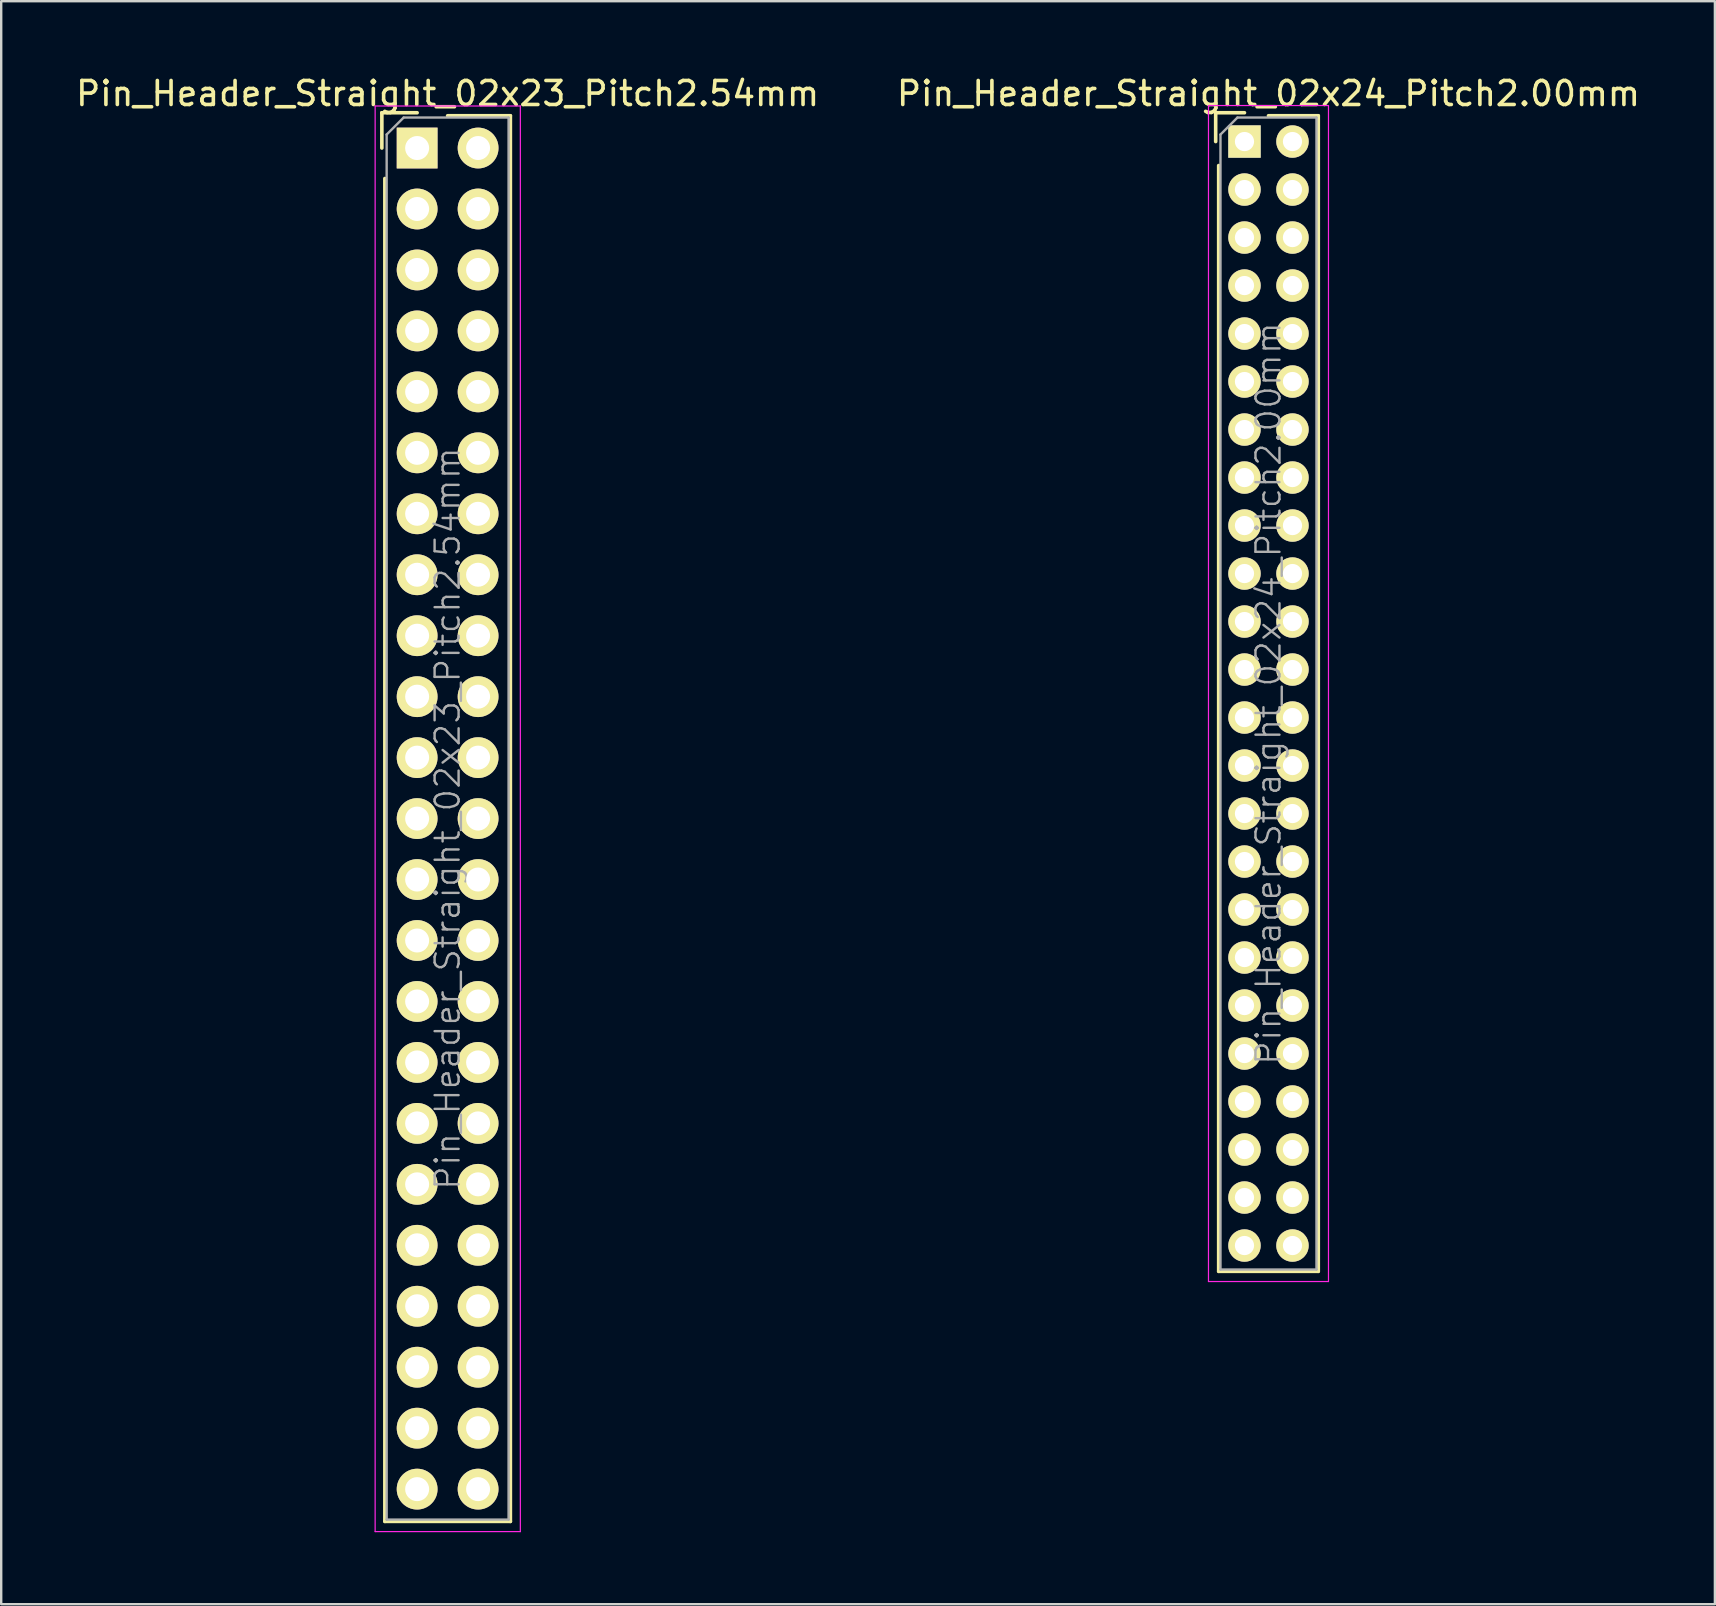
<source format=kicad_pcb>
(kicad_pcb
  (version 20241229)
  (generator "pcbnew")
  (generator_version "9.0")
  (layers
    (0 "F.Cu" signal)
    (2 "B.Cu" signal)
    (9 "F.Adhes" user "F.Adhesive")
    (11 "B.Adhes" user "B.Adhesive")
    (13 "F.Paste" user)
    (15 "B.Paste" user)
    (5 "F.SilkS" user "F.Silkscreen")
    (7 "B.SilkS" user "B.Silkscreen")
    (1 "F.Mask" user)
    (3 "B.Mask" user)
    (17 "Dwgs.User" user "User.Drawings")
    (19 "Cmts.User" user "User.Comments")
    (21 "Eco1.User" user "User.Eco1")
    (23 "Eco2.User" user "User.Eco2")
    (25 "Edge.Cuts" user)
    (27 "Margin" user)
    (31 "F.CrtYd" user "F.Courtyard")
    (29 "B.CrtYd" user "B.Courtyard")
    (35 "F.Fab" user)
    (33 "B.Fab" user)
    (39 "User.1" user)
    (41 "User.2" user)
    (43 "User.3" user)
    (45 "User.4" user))
  (footprint "Pin_Header_Straight_02x24_Pitch2.00mm"
    (layer "F.Cu")
    (at 48.804 2.848)
    (property "Reference" "Pin_Header_Straight_02x24_Pitch2.00mm" (at 1 -2 0) (layer "F.SilkS") (effects (font (size 1 1) (thickness 0.15))))
    (attr smd)
    (fp_line (start -1.2 -1.2) (end -1.2 0) (stroke (width 0.15) (type solid)) (layer "F.SilkS"))
    (fp_line (start -1.2 -1.2) (end 0 -1.2) (stroke (width 0.15) (type solid)) (layer "F.SilkS"))
    (fp_line (start -1.075 1) (end -1.075 47.075) (stroke (width 0.15) (type solid)) (layer "F.SilkS"))
    (fp_line (start -1.075 47.075) (end 3.075 47.075) (stroke (width 0.15) (type solid)) (layer "F.SilkS"))
    (fp_line (start 1 -1.075) (end 3.075 -1.075) (stroke (width 0.15) (type solid)) (layer "F.SilkS"))
    (fp_line (start 3.075 -1.075) (end 3.075 47.075) (stroke (width 0.15) (type solid)) (layer "F.SilkS"))
    (fp_line (start -1.5 -1.5) (end -1.5 47.5) (stroke (width 0.05) (type solid)) (layer "F.CrtYd"))
    (fp_line (start 3.5 -1.5) (end -1.5 -1.5) (stroke (width 0.05) (type solid)) (layer "F.CrtYd"))
    (fp_line (start 3.5 -1.5) (end 3.5 47.5) (stroke (width 0.05) (type solid)) (layer "F.CrtYd"))
    (fp_line (start 3.5 47.5) (end -1.5 47.5) (stroke (width 0.05) (type solid)) (layer "F.CrtYd"))
    (fp_line (start -1 -0.293) (end -0.293 -1) (stroke (width 0.1) (type solid)) (layer "F.Fab"))
    (fp_line (start -1 47) (end -1 -0.293) (stroke (width 0.1) (type solid)) (layer "F.Fab"))
    (fp_line (start 3 -1) (end -0.293 -1) (stroke (width 0.1) (type solid)) (layer "F.Fab"))
    (fp_line (start 3 47) (end -1 47) (stroke (width 0.1) (type solid)) (layer "F.Fab"))
    (fp_line (start 3 47) (end 3 -1) (stroke (width 0.1) (type solid)) (layer "F.Fab"))
    (fp_text user "${REFERENCE}" (at 1 23 90) (layer "F.Fab") (effects (font (size 1 1) (thickness 0.1))))
    (pad "1" thru_hole rect (at 0 0) (size 1.35 1.35) (drill 0.8) (layers "*.Cu" "*.Mask" "F.SilkS"))
    (pad "2" thru_hole oval (at 2 0) (size 1.35 1.35) (drill 0.8) (layers "*.Cu" "*.Mask" "F.SilkS"))
    (pad "3" thru_hole oval (at 0 2) (size 1.35 1.35) (drill 0.8) (layers "*.Cu" "*.Mask" "F.SilkS"))
    (pad "4" thru_hole oval (at 2 2) (size 1.35 1.35) (drill 0.8) (layers "*.Cu" "*.Mask" "F.SilkS"))
    (pad "5" thru_hole oval (at 0 4) (size 1.35 1.35) (drill 0.8) (layers "*.Cu" "*.Mask" "F.SilkS"))
    (pad "6" thru_hole oval (at 2 4) (size 1.35 1.35) (drill 0.8) (layers "*.Cu" "*.Mask" "F.SilkS"))
    (pad "7" thru_hole oval (at 0 6) (size 1.35 1.35) (drill 0.8) (layers "*.Cu" "*.Mask" "F.SilkS"))
    (pad "8" thru_hole oval (at 2 6) (size 1.35 1.35) (drill 0.8) (layers "*.Cu" "*.Mask" "F.SilkS"))
    (pad "9" thru_hole oval (at 0 8) (size 1.35 1.35) (drill 0.8) (layers "*.Cu" "*.Mask" "F.SilkS"))
    (pad "10" thru_hole oval (at 2 8) (size 1.35 1.35) (drill 0.8) (layers "*.Cu" "*.Mask" "F.SilkS"))
    (pad "11" thru_hole oval (at 0 10) (size 1.35 1.35) (drill 0.8) (layers "*.Cu" "*.Mask" "F.SilkS"))
    (pad "12" thru_hole oval (at 2 10) (size 1.35 1.35) (drill 0.8) (layers "*.Cu" "*.Mask" "F.SilkS"))
    (pad "13" thru_hole oval (at 0 12) (size 1.35 1.35) (drill 0.8) (layers "*.Cu" "*.Mask" "F.SilkS"))
    (pad "14" thru_hole oval (at 2 12) (size 1.35 1.35) (drill 0.8) (layers "*.Cu" "*.Mask" "F.SilkS"))
    (pad "15" thru_hole oval (at 0 14) (size 1.35 1.35) (drill 0.8) (layers "*.Cu" "*.Mask" "F.SilkS"))
    (pad "16" thru_hole oval (at 2 14) (size 1.35 1.35) (drill 0.8) (layers "*.Cu" "*.Mask" "F.SilkS"))
    (pad "17" thru_hole oval (at 0 16) (size 1.35 1.35) (drill 0.8) (layers "*.Cu" "*.Mask" "F.SilkS"))
    (pad "18" thru_hole oval (at 2 16) (size 1.35 1.35) (drill 0.8) (layers "*.Cu" "*.Mask" "F.SilkS"))
    (pad "19" thru_hole oval (at 0 18) (size 1.35 1.35) (drill 0.8) (layers "*.Cu" "*.Mask" "F.SilkS"))
    (pad "20" thru_hole oval (at 2 18) (size 1.35 1.35) (drill 0.8) (layers "*.Cu" "*.Mask" "F.SilkS"))
    (pad "21" thru_hole oval (at 0 20) (size 1.35 1.35) (drill 0.8) (layers "*.Cu" "*.Mask" "F.SilkS"))
    (pad "22" thru_hole oval (at 2 20) (size 1.35 1.35) (drill 0.8) (layers "*.Cu" "*.Mask" "F.SilkS"))
    (pad "23" thru_hole oval (at 0 22) (size 1.35 1.35) (drill 0.8) (layers "*.Cu" "*.Mask" "F.SilkS"))
    (pad "24" thru_hole oval (at 2 22) (size 1.35 1.35) (drill 0.8) (layers "*.Cu" "*.Mask" "F.SilkS"))
    (pad "25" thru_hole oval (at 0 24) (size 1.35 1.35) (drill 0.8) (layers "*.Cu" "*.Mask" "F.SilkS"))
    (pad "26" thru_hole oval (at 2 24) (size 1.35 1.35) (drill 0.8) (layers "*.Cu" "*.Mask" "F.SilkS"))
    (pad "27" thru_hole oval (at 0 26) (size 1.35 1.35) (drill 0.8) (layers "*.Cu" "*.Mask" "F.SilkS"))
    (pad "28" thru_hole oval (at 2 26) (size 1.35 1.35) (drill 0.8) (layers "*.Cu" "*.Mask" "F.SilkS"))
    (pad "29" thru_hole oval (at 0 28) (size 1.35 1.35) (drill 0.8) (layers "*.Cu" "*.Mask" "F.SilkS"))
    (pad "30" thru_hole oval (at 2 28) (size 1.35 1.35) (drill 0.8) (layers "*.Cu" "*.Mask" "F.SilkS"))
    (pad "31" thru_hole oval (at 0 30) (size 1.35 1.35) (drill 0.8) (layers "*.Cu" "*.Mask" "F.SilkS"))
    (pad "32" thru_hole oval (at 2 30) (size 1.35 1.35) (drill 0.8) (layers "*.Cu" "*.Mask" "F.SilkS"))
    (pad "33" thru_hole oval (at 0 32) (size 1.35 1.35) (drill 0.8) (layers "*.Cu" "*.Mask" "F.SilkS"))
    (pad "34" thru_hole oval (at 2 32) (size 1.35 1.35) (drill 0.8) (layers "*.Cu" "*.Mask" "F.SilkS"))
    (pad "35" thru_hole oval (at 0 34) (size 1.35 1.35) (drill 0.8) (layers "*.Cu" "*.Mask" "F.SilkS"))
    (pad "36" thru_hole oval (at 2 34) (size 1.35 1.35) (drill 0.8) (layers "*.Cu" "*.Mask" "F.SilkS"))
    (pad "37" thru_hole oval (at 0 36) (size 1.35 1.35) (drill 0.8) (layers "*.Cu" "*.Mask" "F.SilkS"))
    (pad "38" thru_hole oval (at 2 36) (size 1.35 1.35) (drill 0.8) (layers "*.Cu" "*.Mask" "F.SilkS"))
    (pad "39" thru_hole oval (at 0 38) (size 1.35 1.35) (drill 0.8) (layers "*.Cu" "*.Mask" "F.SilkS"))
    (pad "40" thru_hole oval (at 2 38) (size 1.35 1.35) (drill 0.8) (layers "*.Cu" "*.Mask" "F.SilkS"))
    (pad "41" thru_hole oval (at 0 40) (size 1.35 1.35) (drill 0.8) (layers "*.Cu" "*.Mask" "F.SilkS"))
    (pad "42" thru_hole oval (at 2 40) (size 1.35 1.35) (drill 0.8) (layers "*.Cu" "*.Mask" "F.SilkS"))
    (pad "43" thru_hole oval (at 0 42) (size 1.35 1.35) (drill 0.8) (layers "*.Cu" "*.Mask" "F.SilkS"))
    (pad "44" thru_hole oval (at 2 42) (size 1.35 1.35) (drill 0.8) (layers "*.Cu" "*.Mask" "F.SilkS"))
    (pad "45" thru_hole oval (at 0 44) (size 1.35 1.35) (drill 0.8) (layers "*.Cu" "*.Mask" "F.SilkS"))
    (pad "46" thru_hole oval (at 2 44) (size 1.35 1.35) (drill 0.8) (layers "*.Cu" "*.Mask" "F.SilkS"))
    (pad "47" thru_hole oval (at 0 46) (size 1.35 1.35) (drill 0.8) (layers "*.Cu" "*.Mask" "F.SilkS"))
    (pad "48" thru_hole oval (at 2 46) (size 1.35 1.35) (drill 0.8) (layers "*.Cu" "*.Mask" "F.SilkS")))
  (footprint "Pin_Header_Straight_02x23_Pitch2.54mm"
    (layer "F.Cu")
    (at 14.331 3.118)
    (property "Reference" "Pin_Header_Straight_02x23_Pitch2.54mm" (at 1.27 -2.27 0) (layer "F.SilkS") (effects (font (size 1 1) (thickness 0.15))))
    (attr smd)
    (fp_line (start -1.47 -1.47) (end -1.47 0) (stroke (width 0.15) (type solid)) (layer "F.SilkS"))
    (fp_line (start -1.47 -1.47) (end 0 -1.47) (stroke (width 0.15) (type solid)) (layer "F.SilkS"))
    (fp_line (start -1.345 1.27) (end -1.345 57.225) (stroke (width 0.15) (type solid)) (layer "F.SilkS"))
    (fp_line (start -1.345 57.225) (end 3.885 57.225) (stroke (width 0.15) (type solid)) (layer "F.SilkS"))
    (fp_line (start 1.27 -1.345) (end 3.885 -1.345) (stroke (width 0.15) (type solid)) (layer "F.SilkS"))
    (fp_line (start 3.885 -1.345) (end 3.885 57.225) (stroke (width 0.15) (type solid)) (layer "F.SilkS"))
    (fp_line (start -1.75 -1.75) (end -1.75 57.65) (stroke (width 0.05) (type solid)) (layer "F.CrtYd"))
    (fp_line (start 4.3 -1.75) (end -1.75 -1.75) (stroke (width 0.05) (type solid)) (layer "F.CrtYd"))
    (fp_line (start 4.3 -1.75) (end 4.3 57.65) (stroke (width 0.05) (type solid)) (layer "F.CrtYd"))
    (fp_line (start 4.3 57.65) (end -1.75 57.65) (stroke (width 0.05) (type solid)) (layer "F.CrtYd"))
    (fp_line (start -1.27 -0.563) (end -0.563 -1.27) (stroke (width 0.1) (type solid)) (layer "F.Fab"))
    (fp_line (start -1.27 57.15) (end -1.27 -0.563) (stroke (width 0.1) (type solid)) (layer "F.Fab"))
    (fp_line (start 3.81 -1.27) (end -0.563 -1.27) (stroke (width 0.1) (type solid)) (layer "F.Fab"))
    (fp_line (start 3.81 57.15) (end -1.27 57.15) (stroke (width 0.1) (type solid)) (layer "F.Fab"))
    (fp_line (start 3.81 57.15) (end 3.81 -1.27) (stroke (width 0.1) (type solid)) (layer "F.Fab"))
    (fp_text user "${REFERENCE}" (at 1.27 27.94 90) (layer "F.Fab") (effects (font (size 1 1) (thickness 0.1))))
    (pad "1" thru_hole rect (at 0 0) (size 1.7 1.7) (drill 1) (layers "*.Cu" "*.Mask" "F.SilkS"))
    (pad "2" thru_hole oval (at 2.54 0) (size 1.7 1.7) (drill 1) (layers "*.Cu" "*.Mask" "F.SilkS"))
    (pad "3" thru_hole oval (at 0 2.54) (size 1.7 1.7) (drill 1) (layers "*.Cu" "*.Mask" "F.SilkS"))
    (pad "4" thru_hole oval (at 2.54 2.54) (size 1.7 1.7) (drill 1) (layers "*.Cu" "*.Mask" "F.SilkS"))
    (pad "5" thru_hole oval (at 0 5.08) (size 1.7 1.7) (drill 1) (layers "*.Cu" "*.Mask" "F.SilkS"))
    (pad "6" thru_hole oval (at 2.54 5.08) (size 1.7 1.7) (drill 1) (layers "*.Cu" "*.Mask" "F.SilkS"))
    (pad "7" thru_hole oval (at 0 7.62) (size 1.7 1.7) (drill 1) (layers "*.Cu" "*.Mask" "F.SilkS"))
    (pad "8" thru_hole oval (at 2.54 7.62) (size 1.7 1.7) (drill 1) (layers "*.Cu" "*.Mask" "F.SilkS"))
    (pad "9" thru_hole oval (at 0 10.16) (size 1.7 1.7) (drill 1) (layers "*.Cu" "*.Mask" "F.SilkS"))
    (pad "10" thru_hole oval (at 2.54 10.16) (size 1.7 1.7) (drill 1) (layers "*.Cu" "*.Mask" "F.SilkS"))
    (pad "11" thru_hole oval (at 0 12.7) (size 1.7 1.7) (drill 1) (layers "*.Cu" "*.Mask" "F.SilkS"))
    (pad "12" thru_hole oval (at 2.54 12.7) (size 1.7 1.7) (drill 1) (layers "*.Cu" "*.Mask" "F.SilkS"))
    (pad "13" thru_hole oval (at 0 15.24) (size 1.7 1.7) (drill 1) (layers "*.Cu" "*.Mask" "F.SilkS"))
    (pad "14" thru_hole oval (at 2.54 15.24) (size 1.7 1.7) (drill 1) (layers "*.Cu" "*.Mask" "F.SilkS"))
    (pad "15" thru_hole oval (at 0 17.78) (size 1.7 1.7) (drill 1) (layers "*.Cu" "*.Mask" "F.SilkS"))
    (pad "16" thru_hole oval (at 2.54 17.78) (size 1.7 1.7) (drill 1) (layers "*.Cu" "*.Mask" "F.SilkS"))
    (pad "17" thru_hole oval (at 0 20.32) (size 1.7 1.7) (drill 1) (layers "*.Cu" "*.Mask" "F.SilkS"))
    (pad "18" thru_hole oval (at 2.54 20.32) (size 1.7 1.7) (drill 1) (layers "*.Cu" "*.Mask" "F.SilkS"))
    (pad "19" thru_hole oval (at 0 22.86) (size 1.7 1.7) (drill 1) (layers "*.Cu" "*.Mask" "F.SilkS"))
    (pad "20" thru_hole oval (at 2.54 22.86) (size 1.7 1.7) (drill 1) (layers "*.Cu" "*.Mask" "F.SilkS"))
    (pad "21" thru_hole oval (at 0 25.4) (size 1.7 1.7) (drill 1) (layers "*.Cu" "*.Mask" "F.SilkS"))
    (pad "22" thru_hole oval (at 2.54 25.4) (size 1.7 1.7) (drill 1) (layers "*.Cu" "*.Mask" "F.SilkS"))
    (pad "23" thru_hole oval (at 0 27.94) (size 1.7 1.7) (drill 1) (layers "*.Cu" "*.Mask" "F.SilkS"))
    (pad "24" thru_hole oval (at 2.54 27.94) (size 1.7 1.7) (drill 1) (layers "*.Cu" "*.Mask" "F.SilkS"))
    (pad "25" thru_hole oval (at 0 30.48) (size 1.7 1.7) (drill 1) (layers "*.Cu" "*.Mask" "F.SilkS"))
    (pad "26" thru_hole oval (at 2.54 30.48) (size 1.7 1.7) (drill 1) (layers "*.Cu" "*.Mask" "F.SilkS"))
    (pad "27" thru_hole oval (at 0 33.02) (size 1.7 1.7) (drill 1) (layers "*.Cu" "*.Mask" "F.SilkS"))
    (pad "28" thru_hole oval (at 2.54 33.02) (size 1.7 1.7) (drill 1) (layers "*.Cu" "*.Mask" "F.SilkS"))
    (pad "29" thru_hole oval (at 0 35.56) (size 1.7 1.7) (drill 1) (layers "*.Cu" "*.Mask" "F.SilkS"))
    (pad "30" thru_hole oval (at 2.54 35.56) (size 1.7 1.7) (drill 1) (layers "*.Cu" "*.Mask" "F.SilkS"))
    (pad "31" thru_hole oval (at 0 38.1) (size 1.7 1.7) (drill 1) (layers "*.Cu" "*.Mask" "F.SilkS"))
    (pad "32" thru_hole oval (at 2.54 38.1) (size 1.7 1.7) (drill 1) (layers "*.Cu" "*.Mask" "F.SilkS"))
    (pad "33" thru_hole oval (at 0 40.64) (size 1.7 1.7) (drill 1) (layers "*.Cu" "*.Mask" "F.SilkS"))
    (pad "34" thru_hole oval (at 2.54 40.64) (size 1.7 1.7) (drill 1) (layers "*.Cu" "*.Mask" "F.SilkS"))
    (pad "35" thru_hole oval (at 0 43.18) (size 1.7 1.7) (drill 1) (layers "*.Cu" "*.Mask" "F.SilkS"))
    (pad "36" thru_hole oval (at 2.54 43.18) (size 1.7 1.7) (drill 1) (layers "*.Cu" "*.Mask" "F.SilkS"))
    (pad "37" thru_hole oval (at 0 45.72) (size 1.7 1.7) (drill 1) (layers "*.Cu" "*.Mask" "F.SilkS"))
    (pad "38" thru_hole oval (at 2.54 45.72) (size 1.7 1.7) (drill 1) (layers "*.Cu" "*.Mask" "F.SilkS"))
    (pad "39" thru_hole oval (at 0 48.26) (size 1.7 1.7) (drill 1) (layers "*.Cu" "*.Mask" "F.SilkS"))
    (pad "40" thru_hole oval (at 2.54 48.26) (size 1.7 1.7) (drill 1) (layers "*.Cu" "*.Mask" "F.SilkS"))
    (pad "41" thru_hole oval (at 0 50.8) (size 1.7 1.7) (drill 1) (layers "*.Cu" "*.Mask" "F.SilkS"))
    (pad "42" thru_hole oval (at 2.54 50.8) (size 1.7 1.7) (drill 1) (layers "*.Cu" "*.Mask" "F.SilkS"))
    (pad "43" thru_hole oval (at 0 53.34) (size 1.7 1.7) (drill 1) (layers "*.Cu" "*.Mask" "F.SilkS"))
    (pad "44" thru_hole oval (at 2.54 53.34) (size 1.7 1.7) (drill 1) (layers "*.Cu" "*.Mask" "F.SilkS"))
    (pad "45" thru_hole oval (at 0 55.88) (size 1.7 1.7) (drill 1) (layers "*.Cu" "*.Mask" "F.SilkS"))
    (pad "46" thru_hole oval (at 2.54 55.88) (size 1.7 1.7) (drill 1) (layers "*.Cu" "*.Mask" "F.SilkS")))
  (gr_rect
    (start -3 -3)
    (end 68.405 63.793)
    (stroke (width 0.1) (type default))
    (fill no)
    (layer "Edge.Cuts")))
</source>
